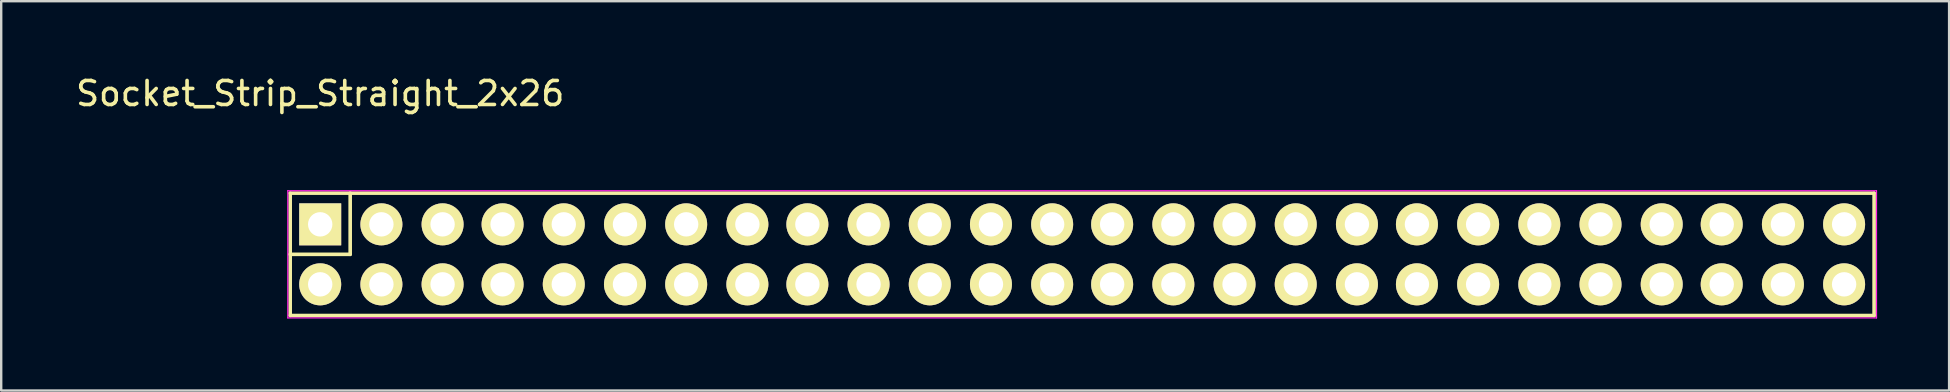
<source format=kicad_pcb>
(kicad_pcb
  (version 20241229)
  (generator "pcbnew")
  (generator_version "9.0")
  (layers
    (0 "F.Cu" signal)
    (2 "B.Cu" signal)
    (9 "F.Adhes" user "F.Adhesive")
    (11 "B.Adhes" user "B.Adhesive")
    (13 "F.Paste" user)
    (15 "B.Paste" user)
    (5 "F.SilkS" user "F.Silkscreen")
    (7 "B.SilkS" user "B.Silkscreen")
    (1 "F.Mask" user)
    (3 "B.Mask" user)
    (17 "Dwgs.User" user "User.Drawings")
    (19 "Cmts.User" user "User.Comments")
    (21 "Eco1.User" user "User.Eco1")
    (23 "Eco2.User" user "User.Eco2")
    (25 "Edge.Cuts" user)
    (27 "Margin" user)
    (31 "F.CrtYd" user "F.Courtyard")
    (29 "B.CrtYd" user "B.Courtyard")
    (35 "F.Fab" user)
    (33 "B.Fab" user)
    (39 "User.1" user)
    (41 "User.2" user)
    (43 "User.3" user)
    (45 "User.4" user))
  (footprint "Socket_Strip_Straight_2x26"
    (layer "F.Cu")
    (at 10.292 6.298)
    (property "Reference" "Socket_Strip_Straight_2x26" (at 0 -5.45 0) (layer "F.SilkS") (effects (font (size 1 1) (thickness 0.15))))
    (attr through_hole)
    (fp_line (start -1.25 -1.3) (end -1.25 1.25) (stroke (width 0.15) (type solid)) (layer "F.SilkS"))
    (fp_line (start -1.25 -1.3) (end 1.25 -1.3) (stroke (width 0.15) (type solid)) (layer "F.SilkS"))
    (fp_line (start -1.25 1.25) (end 1.25 1.25) (stroke (width 0.15) (type solid)) (layer "F.SilkS"))
    (fp_line (start -1.25 3.8) (end -1.25 1.25) (stroke (width 0.15) (type solid)) (layer "F.SilkS"))
    (fp_line (start -1.25 3.8) (end 64.75 3.8) (stroke (width 0.15) (type solid)) (layer "F.SilkS"))
    (fp_line (start 1.25 1.25) (end 1.25 -1.3) (stroke (width 0.15) (type solid)) (layer "F.SilkS"))
    (fp_line (start 64.75 -1.3) (end 1.25 -1.3) (stroke (width 0.15) (type solid)) (layer "F.SilkS"))
    (fp_line (start 64.75 3.8) (end 64.75 -1.3) (stroke (width 0.15) (type solid)) (layer "F.SilkS"))
    (fp_line (start -1.35 -1.4) (end -1.35 3.9) (stroke (width 0.05) (type solid)) (layer "F.CrtYd"))
    (fp_line (start -1.35 -1.4) (end 64.85 -1.4) (stroke (width 0.05) (type solid)) (layer "F.CrtYd"))
    (fp_line (start -1.35 3.9) (end 64.85 3.9) (stroke (width 0.05) (type solid)) (layer "F.CrtYd"))
    (fp_line (start 64.85 -1.4) (end 64.85 3.9) (stroke (width 0.05) (type solid)) (layer "F.CrtYd"))
    (pad "1" thru_hole rect (at 0 0) (size 1.75 1.75) (drill 1.016) (layers "*.Cu" "*.Mask" "F.SilkS"))
    (pad "2" thru_hole oval (at 0 2.5) (size 1.75 1.75) (drill 1.016) (layers "*.Cu" "*.Mask" "F.SilkS"))
    (pad "3" thru_hole oval (at 2.55 0) (size 1.75 1.75) (drill 1.016) (layers "*.Cu" "*.Mask" "F.SilkS"))
    (pad "4" thru_hole oval (at 2.55 2.5) (size 1.75 1.75) (drill 1.016) (layers "*.Cu" "*.Mask" "F.SilkS"))
    (pad "5" thru_hole oval (at 5.1 0) (size 1.75 1.75) (drill 1.016) (layers "*.Cu" "*.Mask" "F.SilkS"))
    (pad "6" thru_hole oval (at 5.1 2.5) (size 1.75 1.75) (drill 1.016) (layers "*.Cu" "*.Mask" "F.SilkS"))
    (pad "7" thru_hole oval (at 7.6 0) (size 1.75 1.75) (drill 1.016) (layers "*.Cu" "*.Mask" "F.SilkS"))
    (pad "8" thru_hole oval (at 7.6 2.5) (size 1.75 1.75) (drill 1.016) (layers "*.Cu" "*.Mask" "F.SilkS"))
    (pad "9" thru_hole oval (at 10.15 0) (size 1.75 1.75) (drill 1.016) (layers "*.Cu" "*.Mask" "F.SilkS"))
    (pad "10" thru_hole oval (at 10.15 2.5) (size 1.75 1.75) (drill 1.016) (layers "*.Cu" "*.Mask" "F.SilkS"))
    (pad "11" thru_hole oval (at 12.7 0) (size 1.75 1.75) (drill 1.016) (layers "*.Cu" "*.Mask" "F.SilkS"))
    (pad "12" thru_hole oval (at 12.7 2.5) (size 1.75 1.75) (drill 1.016) (layers "*.Cu" "*.Mask" "F.SilkS"))
    (pad "13" thru_hole oval (at 15.25 0) (size 1.75 1.75) (drill 1.016) (layers "*.Cu" "*.Mask" "F.SilkS"))
    (pad "14" thru_hole oval (at 15.25 2.5) (size 1.75 1.75) (drill 1.016) (layers "*.Cu" "*.Mask" "F.SilkS"))
    (pad "15" thru_hole oval (at 17.8 0) (size 1.75 1.75) (drill 1.016) (layers "*.Cu" "*.Mask" "F.SilkS"))
    (pad "16" thru_hole oval (at 17.8 2.5) (size 1.75 1.75) (drill 1.016) (layers "*.Cu" "*.Mask" "F.SilkS"))
    (pad "17" thru_hole oval (at 20.3 0) (size 1.75 1.75) (drill 1.016) (layers "*.Cu" "*.Mask" "F.SilkS"))
    (pad "18" thru_hole oval (at 20.3 2.5) (size 1.75 1.75) (drill 1.016) (layers "*.Cu" "*.Mask" "F.SilkS"))
    (pad "19" thru_hole oval (at 22.85 0) (size 1.75 1.75) (drill 1.016) (layers "*.Cu" "*.Mask" "F.SilkS"))
    (pad "20" thru_hole oval (at 22.85 2.5) (size 1.75 1.75) (drill 1.016) (layers "*.Cu" "*.Mask" "F.SilkS"))
    (pad "21" thru_hole oval (at 25.4 0) (size 1.75 1.75) (drill 1.016) (layers "*.Cu" "*.Mask" "F.SilkS"))
    (pad "22" thru_hole oval (at 25.4 2.5) (size 1.75 1.75) (drill 1.016) (layers "*.Cu" "*.Mask" "F.SilkS"))
    (pad "23" thru_hole oval (at 27.95 0) (size 1.75 1.75) (drill 1.016) (layers "*.Cu" "*.Mask" "F.SilkS"))
    (pad "24" thru_hole oval (at 27.95 2.5) (size 1.75 1.75) (drill 1.016) (layers "*.Cu" "*.Mask" "F.SilkS"))
    (pad "25" thru_hole oval (at 30.5 0) (size 1.75 1.75) (drill 1.016) (layers "*.Cu" "*.Mask" "F.SilkS"))
    (pad "26" thru_hole oval (at 30.5 2.5) (size 1.75 1.75) (drill 1.016) (layers "*.Cu" "*.Mask" "F.SilkS"))
    (pad "27" thru_hole oval (at 33 0) (size 1.75 1.75) (drill 1.016) (layers "*.Cu" "*.Mask" "F.SilkS"))
    (pad "28" thru_hole oval (at 33 2.5) (size 1.75 1.75) (drill 1.016) (layers "*.Cu" "*.Mask" "F.SilkS"))
    (pad "29" thru_hole oval (at 35.55 0) (size 1.75 1.75) (drill 1.016) (layers "*.Cu" "*.Mask" "F.SilkS"))
    (pad "30" thru_hole oval (at 35.55 2.5) (size 1.75 1.75) (drill 1.016) (layers "*.Cu" "*.Mask" "F.SilkS"))
    (pad "31" thru_hole oval (at 38.1 0) (size 1.75 1.75) (drill 1.016) (layers "*.Cu" "*.Mask" "F.SilkS"))
    (pad "32" thru_hole oval (at 38.1 2.5) (size 1.75 1.75) (drill 1.016) (layers "*.Cu" "*.Mask" "F.SilkS"))
    (pad "33" thru_hole oval (at 40.65 0) (size 1.75 1.75) (drill 1.016) (layers "*.Cu" "*.Mask" "F.SilkS"))
    (pad "34" thru_hole oval (at 40.65 2.5) (size 1.75 1.75) (drill 1.016) (layers "*.Cu" "*.Mask" "F.SilkS"))
    (pad "35" thru_hole oval (at 43.2 0) (size 1.75 1.75) (drill 1.016) (layers "*.Cu" "*.Mask" "F.SilkS"))
    (pad "36" thru_hole oval (at 43.2 2.5) (size 1.75 1.75) (drill 1.016) (layers "*.Cu" "*.Mask" "F.SilkS"))
    (pad "37" thru_hole oval (at 45.7 0) (size 1.75 1.75) (drill 1.016) (layers "*.Cu" "*.Mask" "F.SilkS"))
    (pad "38" thru_hole oval (at 45.7 2.5) (size 1.75 1.75) (drill 1.016) (layers "*.Cu" "*.Mask" "F.SilkS"))
    (pad "39" thru_hole oval (at 48.25 0) (size 1.75 1.75) (drill 1.016) (layers "*.Cu" "*.Mask" "F.SilkS"))
    (pad "40" thru_hole oval (at 48.25 2.5) (size 1.75 1.75) (drill 1.016) (layers "*.Cu" "*.Mask" "F.SilkS"))
    (pad "41" thru_hole oval (at 50.8 0) (size 1.75 1.75) (drill 1.016) (layers "*.Cu" "*.Mask" "F.SilkS"))
    (pad "42" thru_hole oval (at 50.8 2.5) (size 1.75 1.75) (drill 1.016) (layers "*.Cu" "*.Mask" "F.SilkS"))
    (pad "43" thru_hole oval (at 53.35 0) (size 1.75 1.75) (drill 1.016) (layers "*.Cu" "*.Mask" "F.SilkS"))
    (pad "44" thru_hole oval (at 53.35 2.5) (size 1.75 1.75) (drill 1.016) (layers "*.Cu" "*.Mask" "F.SilkS"))
    (pad "45" thru_hole oval (at 55.9 0) (size 1.75 1.75) (drill 1.016) (layers "*.Cu" "*.Mask" "F.SilkS"))
    (pad "46" thru_hole oval (at 55.9 2.5) (size 1.75 1.75) (drill 1.016) (layers "*.Cu" "*.Mask" "F.SilkS"))
    (pad "47" thru_hole oval (at 58.4 0) (size 1.75 1.75) (drill 1.016) (layers "*.Cu" "*.Mask" "F.SilkS"))
    (pad "48" thru_hole oval (at 58.4 2.5) (size 1.75 1.75) (drill 1.016) (layers "*.Cu" "*.Mask" "F.SilkS"))
    (pad "49" thru_hole oval (at 60.95 0) (size 1.75 1.75) (drill 1.016) (layers "*.Cu" "*.Mask" "F.SilkS"))
    (pad "50" thru_hole oval (at 60.95 2.5) (size 1.75 1.75) (drill 1.016) (layers "*.Cu" "*.Mask" "F.SilkS"))
    (pad "51" thru_hole oval (at 63.5 0) (size 1.75 1.75) (drill 1.016) (layers "*.Cu" "*.Mask" "F.SilkS"))
    (pad "52" thru_hole oval (at 63.5 2.5) (size 1.75 1.75) (drill 1.016) (layers "*.Cu" "*.Mask" "F.SilkS")))
  (gr_rect
    (start -3 -3)
    (end 78.167 13.223)
    (stroke (width 0.1) (type default))
    (fill no)
    (layer "Edge.Cuts")))
</source>
